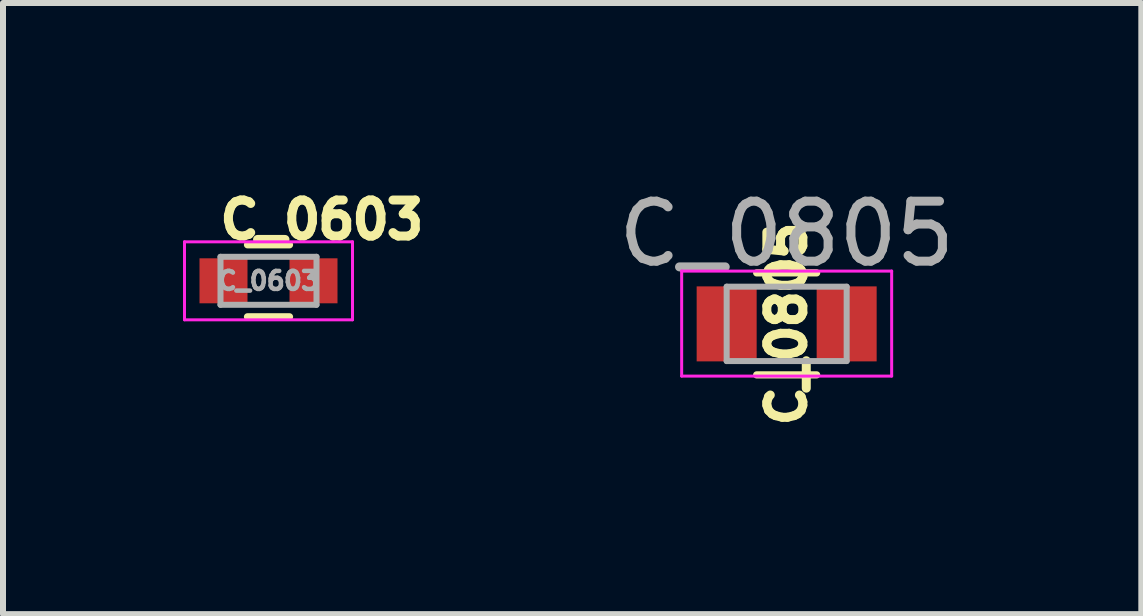
<source format=kicad_pcb>
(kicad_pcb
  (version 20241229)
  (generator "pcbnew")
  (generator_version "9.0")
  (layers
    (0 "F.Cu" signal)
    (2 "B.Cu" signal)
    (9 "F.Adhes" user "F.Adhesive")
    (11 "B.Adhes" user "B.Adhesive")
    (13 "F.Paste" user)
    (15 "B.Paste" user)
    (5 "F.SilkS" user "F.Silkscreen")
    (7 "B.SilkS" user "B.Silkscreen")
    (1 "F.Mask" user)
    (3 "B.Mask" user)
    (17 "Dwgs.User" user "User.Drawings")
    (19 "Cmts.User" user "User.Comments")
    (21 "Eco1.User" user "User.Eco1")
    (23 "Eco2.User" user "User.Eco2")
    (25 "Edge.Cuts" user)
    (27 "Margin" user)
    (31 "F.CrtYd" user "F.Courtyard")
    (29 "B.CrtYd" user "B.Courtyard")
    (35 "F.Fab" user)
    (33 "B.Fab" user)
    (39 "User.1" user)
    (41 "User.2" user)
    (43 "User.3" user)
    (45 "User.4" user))
  (footprint "C_0805"
    (layer "F.Cu")
    (at 10.061 2.348)
    (property "Reference" "C_0805" (at 0 0 90) (layer "F.SilkS") (effects (font (size 0.6 0.6) (thickness 0.15))))
    (attr smd)
    (fp_line (start -0.5 0.85) (end 0.5 0.85) (stroke (width 0.12) (type solid)) (layer "F.SilkS"))
    (fp_line (start 0.5 -0.85) (end -0.5 -0.85) (stroke (width 0.12) (type solid)) (layer "F.SilkS"))
    (fp_line (start -1.75 -0.88) (end -1.75 0.87) (stroke (width 0.05) (type solid)) (layer "F.CrtYd"))
    (fp_line (start -1.75 -0.88) (end 1.75 -0.88) (stroke (width 0.05) (type solid)) (layer "F.CrtYd"))
    (fp_line (start 1.75 0.87) (end -1.75 0.87) (stroke (width 0.05) (type solid)) (layer "F.CrtYd"))
    (fp_line (start 1.75 0.87) (end 1.75 -0.88) (stroke (width 0.05) (type solid)) (layer "F.CrtYd"))
    (fp_line (start -1 -0.62) (end 1 -0.62) (stroke (width 0.1) (type solid)) (layer "F.Fab"))
    (fp_line (start -1 0.62) (end -1 -0.62) (stroke (width 0.1) (type solid)) (layer "F.Fab"))
    (fp_line (start 1 -0.62) (end 1 0.62) (stroke (width 0.1) (type solid)) (layer "F.Fab"))
    (fp_line (start 1 0.62) (end -1 0.62) (stroke (width 0.1) (type solid)) (layer "F.Fab"))
    (fp_text user "${REFERENCE}" (at 0 -1.5 0) (layer "F.Fab") (effects (font (size 1 1) (thickness 0.15))))
    (pad "1" smd rect (at -1 0) (size 1 1.25) (layers "F.Cu" "F.Mask" "F.Paste"))
    (pad "2" smd rect (at 1 0) (size 1 1.25) (layers "F.Cu" "F.Mask" "F.Paste")))
  (footprint "C_0603"
    (layer "F.Cu")
    (at 1.425 1.63)
    (property "Reference" "C_0603" (at 0.889 -1.016 0) (layer "F.SilkS") (effects (font (size 0.6 0.6) (thickness 0.15))))
    (attr smd)
    (fp_line (start -0.35 -0.6) (end 0.35 -0.6) (stroke (width 0.12) (type solid)) (layer "F.SilkS"))
    (fp_line (start 0.35 0.6) (end -0.35 0.6) (stroke (width 0.12) (type solid)) (layer "F.SilkS"))
    (fp_line (start -1.4 -0.65) (end -1.4 0.65) (stroke (width 0.05) (type solid)) (layer "F.CrtYd"))
    (fp_line (start -1.4 -0.65) (end 1.4 -0.65) (stroke (width 0.05) (type solid)) (layer "F.CrtYd"))
    (fp_line (start 1.4 0.65) (end -1.4 0.65) (stroke (width 0.05) (type solid)) (layer "F.CrtYd"))
    (fp_line (start 1.4 0.65) (end 1.4 -0.65) (stroke (width 0.05) (type solid)) (layer "F.CrtYd"))
    (fp_line (start -0.8 -0.4) (end 0.8 -0.4) (stroke (width 0.1) (type solid)) (layer "F.Fab"))
    (fp_line (start -0.8 0.4) (end -0.8 -0.4) (stroke (width 0.1) (type solid)) (layer "F.Fab"))
    (fp_line (start 0.8 -0.4) (end 0.8 0.4) (stroke (width 0.1) (type solid)) (layer "F.Fab"))
    (fp_line (start 0.8 0.4) (end -0.8 0.4) (stroke (width 0.1) (type solid)) (layer "F.Fab"))
    (fp_text user "${REFERENCE}" (at 0 0 0) (layer "F.Fab") (effects (font (size 0.3 0.3) (thickness 0.075))))
    (pad "1" smd rect (at -0.75 0) (size 0.8 0.75) (layers "F.Cu" "F.Mask" "F.Paste"))
    (pad "2" smd rect (at 0.75 0) (size 0.8 0.75) (layers "F.Cu" "F.Mask" "F.Paste")))
  (gr_rect
    (start -3 -3)
    (end 15.972 7.185)
    (stroke (width 0.1) (type default))
    (fill no)
    (layer "Edge.Cuts")))
</source>
